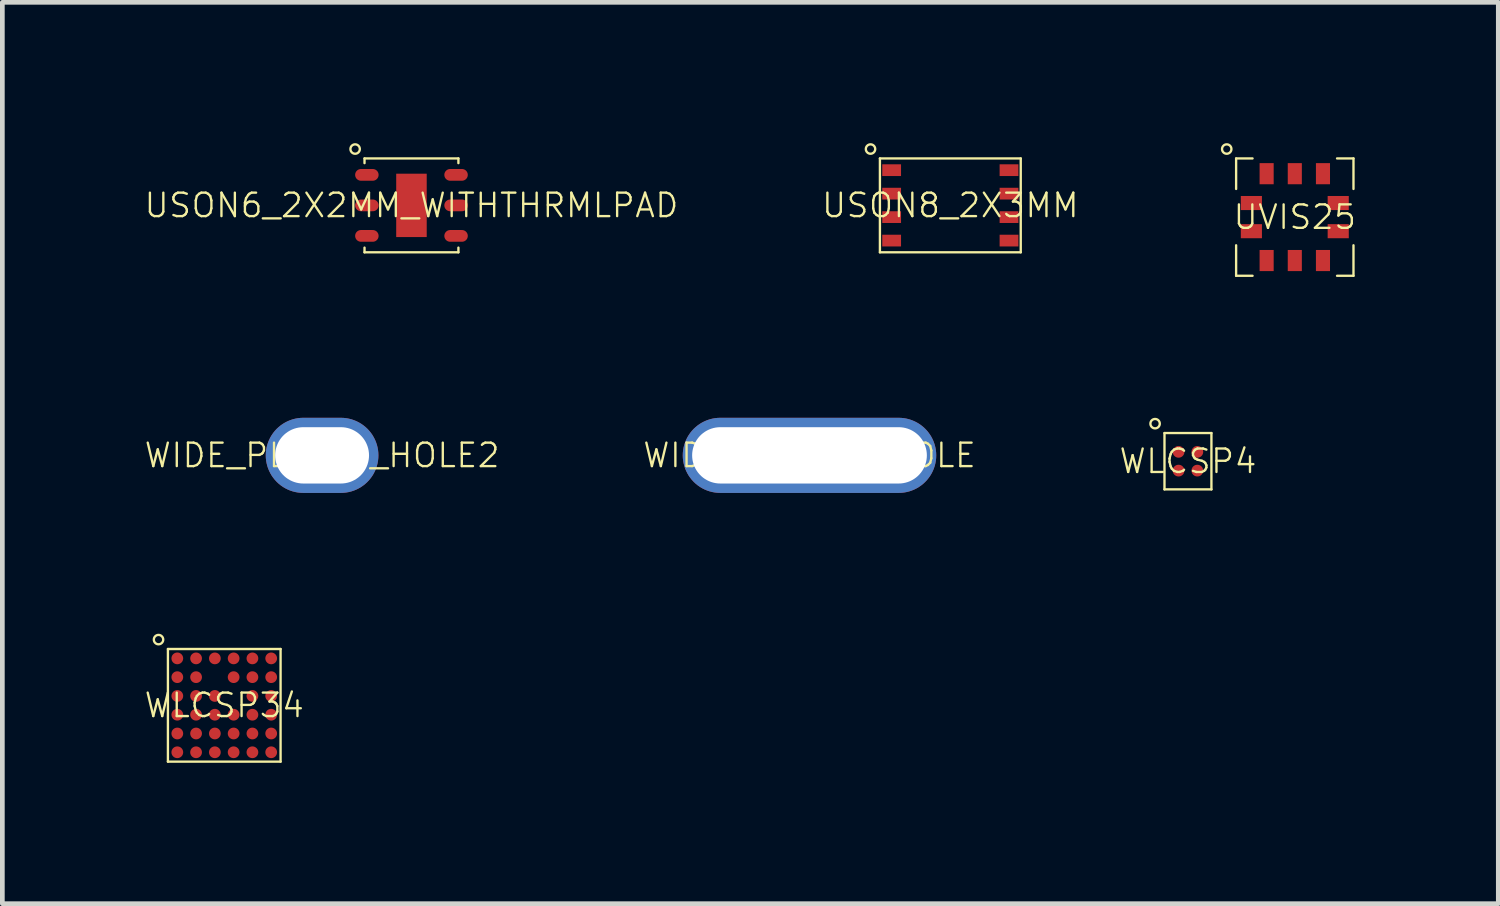
<source format=kicad_pcb>
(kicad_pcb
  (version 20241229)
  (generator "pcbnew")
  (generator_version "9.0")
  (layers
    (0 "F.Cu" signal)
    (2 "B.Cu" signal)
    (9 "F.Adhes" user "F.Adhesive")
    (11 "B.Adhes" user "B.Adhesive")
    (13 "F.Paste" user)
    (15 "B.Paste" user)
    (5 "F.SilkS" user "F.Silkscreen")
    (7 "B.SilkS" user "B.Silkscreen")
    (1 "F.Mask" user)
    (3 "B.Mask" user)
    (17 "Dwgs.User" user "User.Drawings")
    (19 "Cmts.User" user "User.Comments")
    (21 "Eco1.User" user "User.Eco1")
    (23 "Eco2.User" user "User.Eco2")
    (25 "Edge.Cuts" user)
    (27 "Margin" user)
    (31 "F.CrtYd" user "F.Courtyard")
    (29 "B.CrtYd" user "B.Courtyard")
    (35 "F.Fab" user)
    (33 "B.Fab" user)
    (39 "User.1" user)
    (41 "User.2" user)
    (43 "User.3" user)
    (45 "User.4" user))
  (footprint "WLCSP34"
    (layer "F.Cu")
    (at 1.727 11.975)
    (property "Reference" "WLCSP34" (at 0 0 0) (layer "F.SilkS") (effects (font (size 0.5 0.5) (thickness 0.05))))
    (attr smd)
    (fp_line (start -1.2 -1.2) (end 1.2 -1.2) (stroke (width 0.05) (type solid)) (layer "F.SilkS"))
    (fp_line (start -1.2 1.2) (end -1.2 -1.2) (stroke (width 0.05) (type solid)) (layer "F.SilkS"))
    (fp_line (start 1.2 -1.2) (end 1.2 1.2) (stroke (width 0.05) (type solid)) (layer "F.SilkS"))
    (fp_line (start 1.2 1.2) (end -1.2 1.2) (stroke (width 0.05) (type solid)) (layer "F.SilkS"))
    (fp_circle (center -1.4 -1.4) (end -1.4 -1.3) (stroke (width 0.05) (type solid)) (fill no) (layer "F.SilkS"))
    (pad "A1" smd circle (at -1 -1) (size 0.25 0.25) (layers "F.Cu" "F.Mask" "F.Paste"))
    (pad "A2" smd circle (at -0.6 -1) (size 0.25 0.25) (layers "F.Cu" "F.Mask" "F.Paste"))
    (pad "A3" smd circle (at -0.2 -1) (size 0.25 0.25) (layers "F.Cu" "F.Mask" "F.Paste"))
    (pad "A4" smd circle (at 0.2 -1) (size 0.25 0.25) (layers "F.Cu" "F.Mask" "F.Paste"))
    (pad "A5" smd circle (at 0.6 -1) (size 0.25 0.25) (layers "F.Cu" "F.Mask" "F.Paste"))
    (pad "A6" smd circle (at 1 -1) (size 0.25 0.25) (layers "F.Cu" "F.Mask" "F.Paste"))
    (pad "B1" smd circle (at -1 -0.6) (size 0.25 0.25) (layers "F.Cu" "F.Mask" "F.Paste"))
    (pad "B2" smd circle (at -0.6 -0.6) (size 0.25 0.25) (layers "F.Cu" "F.Mask" "F.Paste"))
    (pad "B4" smd circle (at 0.2 -0.6) (size 0.25 0.25) (layers "F.Cu" "F.Mask" "F.Paste"))
    (pad "B5" smd circle (at 0.6 -0.6) (size 0.25 0.25) (layers "F.Cu" "F.Mask" "F.Paste"))
    (pad "B6" smd circle (at 1 -0.6) (size 0.25 0.25) (layers "F.Cu" "F.Mask" "F.Paste"))
    (pad "C1" smd circle (at -1 -0.2) (size 0.25 0.25) (layers "F.Cu" "F.Mask" "F.Paste"))
    (pad "C2" smd circle (at -0.6 -0.2) (size 0.25 0.25) (layers "F.Cu" "F.Mask" "F.Paste"))
    (pad "C3" smd circle (at -0.2 -0.2) (size 0.25 0.25) (layers "F.Cu" "F.Mask" "F.Paste"))
    (pad "C5" smd circle (at 0.6 -0.2) (size 0.25 0.25) (layers "F.Cu" "F.Mask" "F.Paste"))
    (pad "C6" smd circle (at 1 -0.2) (size 0.25 0.25) (layers "F.Cu" "F.Mask" "F.Paste"))
    (pad "D1" smd circle (at -1 0.2) (size 0.25 0.25) (layers "F.Cu" "F.Mask" "F.Paste"))
    (pad "D2" smd circle (at -0.6 0.2) (size 0.25 0.25) (layers "F.Cu" "F.Mask" "F.Paste"))
    (pad "D3" smd circle (at -0.2 0.2) (size 0.25 0.25) (layers "F.Cu" "F.Mask" "F.Paste"))
    (pad "D4" smd circle (at 0.2 0.2) (size 0.25 0.25) (layers "F.Cu" "F.Mask" "F.Paste"))
    (pad "D5" smd circle (at 0.6 0.2) (size 0.25 0.25) (layers "F.Cu" "F.Mask" "F.Paste"))
    (pad "D6" smd circle (at 1 0.2) (size 0.25 0.25) (layers "F.Cu" "F.Mask" "F.Paste"))
    (pad "E1" smd circle (at -1 0.6) (size 0.25 0.25) (layers "F.Cu" "F.Mask" "F.Paste"))
    (pad "E2" smd circle (at -0.6 0.6) (size 0.25 0.25) (layers "F.Cu" "F.Mask" "F.Paste"))
    (pad "E3" smd circle (at -0.2 0.6) (size 0.25 0.25) (layers "F.Cu" "F.Mask" "F.Paste"))
    (pad "E4" smd circle (at 0.2 0.6) (size 0.25 0.25) (layers "F.Cu" "F.Mask" "F.Paste"))
    (pad "E5" smd circle (at 0.6 0.6) (size 0.25 0.25) (layers "F.Cu" "F.Mask" "F.Paste"))
    (pad "E6" smd circle (at 1 0.6) (size 0.25 0.25) (layers "F.Cu" "F.Mask" "F.Paste"))
    (pad "F1" smd circle (at -1 1) (size 0.25 0.25) (layers "F.Cu" "F.Mask" "F.Paste"))
    (pad "F2" smd circle (at -0.6 1) (size 0.25 0.25) (layers "F.Cu" "F.Mask" "F.Paste"))
    (pad "F3" smd circle (at -0.2 1) (size 0.25 0.25) (layers "F.Cu" "F.Mask" "F.Paste"))
    (pad "F4" smd circle (at 0.2 1) (size 0.25 0.25) (layers "F.Cu" "F.Mask" "F.Paste"))
    (pad "F5" smd circle (at 0.6 1) (size 0.25 0.25) (layers "F.Cu" "F.Mask" "F.Paste"))
    (pad "F6" smd circle (at 1 1) (size 0.25 0.25) (layers "F.Cu" "F.Mask" "F.Paste")))
  (footprint "WLCSP4"
    (layer "F.Cu")
    (at 22.256 6.775)
    (property "Reference" "WLCSP4" (at 0 0 0) (layer "F.SilkS") (effects (font (size 0.5 0.5) (thickness 0.05))))
    (attr smd)
    (fp_line (start -0.5 -0.6) (end 0.5 -0.6) (stroke (width 0.05) (type solid)) (layer "F.SilkS"))
    (fp_line (start -0.5 0.6) (end -0.5 -0.6) (stroke (width 0.05) (type solid)) (layer "F.SilkS"))
    (fp_line (start 0.5 -0.6) (end 0.5 0.6) (stroke (width 0.05) (type solid)) (layer "F.SilkS"))
    (fp_line (start 0.5 0.6) (end -0.5 0.6) (stroke (width 0.05) (type solid)) (layer "F.SilkS"))
    (fp_circle (center -0.7 -0.8) (end -0.7 -0.7) (stroke (width 0.05) (type solid)) (fill no) (layer "F.SilkS"))
    (pad "A1" smd circle (at -0.2 -0.2) (size 0.25 0.25) (layers "F.Cu" "F.Mask" "F.Paste"))
    (pad "A2" smd circle (at 0.2 -0.2) (size 0.25 0.25) (layers "F.Cu" "F.Mask" "F.Paste"))
    (pad "B1" smd circle (at -0.2 0.2) (size 0.25 0.25) (layers "F.Cu" "F.Mask" "F.Paste"))
    (pad "B2" smd circle (at 0.2 0.2) (size 0.25 0.25) (layers "F.Cu" "F.Mask" "F.Paste")))
  (footprint "WIDE_PLATED_HOLE"
    (layer "F.Cu")
    (at 14.194 6.65)
    (property "Reference" "WIDE_PLATED_HOLE" (at 0 0 0) (layer "F.SilkS") (effects (font (size 0.5 0.5) (thickness 0.05))))
    (attr through_hole)
    (pad "1" thru_hole oval (at 0 0) (size 5.4 1.6) (drill oval 5 1.2) (layers "*.Cu" "*.Mask")))
  (footprint "USON8_2X3MM"
    (layer "F.Cu")
    (at 17.194 1.325)
    (property "Reference" "USON8_2X3MM" (at 0 0 0) (layer "F.SilkS") (effects (font (size 0.5 0.5) (thickness 0.05))))
    (attr through_hole)
    (fp_line (start -1.5 -1) (end 1.5 -1) (stroke (width 0.05) (type solid)) (layer "F.SilkS"))
    (fp_line (start -1.5 1) (end -1.5 -1) (stroke (width 0.05) (type solid)) (layer "F.SilkS"))
    (fp_line (start 1.5 -1) (end 1.5 1) (stroke (width 0.05) (type solid)) (layer "F.SilkS"))
    (fp_line (start 1.5 1) (end -1.5 1) (stroke (width 0.05) (type solid)) (layer "F.SilkS"))
    (fp_circle (center -1.7 -1.2) (end -1.7 -1.1) (stroke (width 0.05) (type solid)) (fill no) (layer "F.SilkS"))
    (pad "1" smd rect (at -1.25 -0.75) (size 0.4 0.25) (layers "F.Cu" "F.Mask" "F.Paste"))
    (pad "2" smd rect (at -1.25 -0.25) (size 0.4 0.25) (layers "F.Cu" "F.Mask" "F.Paste"))
    (pad "3" smd rect (at -1.25 0.25) (size 0.4 0.25) (layers "F.Cu" "F.Mask" "F.Paste"))
    (pad "4" smd rect (at -1.25 0.75) (size 0.4 0.25) (layers "F.Cu" "F.Mask" "F.Paste"))
    (pad "5" smd rect (at 1.25 0.75) (size 0.4 0.25) (layers "F.Cu" "F.Mask" "F.Paste"))
    (pad "6" smd rect (at 1.25 0.25) (size 0.4 0.25) (layers "F.Cu" "F.Mask" "F.Paste"))
    (pad "7" smd rect (at 1.25 -0.25) (size 0.4 0.25) (layers "F.Cu" "F.Mask" "F.Paste"))
    (pad "8" smd rect (at 1.25 -0.75) (size 0.4 0.25) (layers "F.Cu" "F.Mask" "F.Paste")))
  (footprint "USON6_2X2MM_WITHTHRMLPAD"
    (layer "F.Cu")
    (at 5.715 1.325)
    (property "Reference" "USON6_2X2MM_WITHTHRMLPAD" (at 0 0 0) (layer "F.SilkS") (effects (font (size 0.5 0.5) (thickness 0.05))))
    (attr smd)
    (fp_line (start -1 -1) (end 1 -1) (stroke (width 0.05) (type solid)) (layer "F.SilkS"))
    (fp_line (start -1 -0.9) (end -1 -1) (stroke (width 0.05) (type solid)) (layer "F.SilkS"))
    (fp_line (start -1 1) (end -1 0.9) (stroke (width 0.05) (type solid)) (layer "F.SilkS"))
    (fp_line (start 1 -1) (end 1 -0.9) (stroke (width 0.05) (type solid)) (layer "F.SilkS"))
    (fp_line (start 1 0.9) (end 1 1) (stroke (width 0.05) (type solid)) (layer "F.SilkS"))
    (fp_line (start 1 1) (end -1 1) (stroke (width 0.05) (type solid)) (layer "F.SilkS"))
    (fp_circle (center -1.2 -1.2) (end -1.2 -1.1) (stroke (width 0.05) (type solid)) (fill no) (layer "F.SilkS"))
    (pad "" smd rect (at 0 -0.35) (size 0.3 0.3) (layers "F.Paste"))
    (pad "" smd rect (at 0 0.3) (size 0.3 0.3) (layers "F.Paste"))
    (pad "1" smd oval (at -0.95 -0.65) (size 0.5 0.25) (layers "F.Cu" "F.Mask" "F.Paste"))
    (pad "2" smd oval (at -0.95 0) (size 0.5 0.25) (layers "F.Cu" "F.Mask" "F.Paste"))
    (pad "3" smd oval (at -0.95 0.65) (size 0.5 0.25) (layers "F.Cu" "F.Mask" "F.Paste"))
    (pad "4" smd oval (at 0.95 0.65) (size 0.5 0.25) (layers "F.Cu" "F.Mask" "F.Paste"))
    (pad "5" smd oval (at 0.95 0) (size 0.5 0.25) (layers "F.Cu" "F.Mask" "F.Paste"))
    (pad "6" smd oval (at 0.95 -0.65) (size 0.5 0.25) (layers "F.Cu" "F.Mask" "F.Paste"))
    (pad "7" smd rect (at 0 0) (size 0.65 1.35) (layers "F.Cu" "F.Mask")))
  (footprint "UVIS25"
    (layer "F.Cu")
    (at 24.532 1.575)
    (property "Reference" "UVIS25" (at 0 0 0) (layer "F.SilkS") (effects (font (size 0.5 0.5) (thickness 0.05))))
    (attr through_hole)
    (fp_line (start -1.25 -1.25) (end -1.25 -0.6) (stroke (width 0.05) (type solid)) (layer "F.SilkS"))
    (fp_line (start -1.25 -1.25) (end -0.9 -1.25) (stroke (width 0.05) (type solid)) (layer "F.SilkS"))
    (fp_line (start -1.25 1.25) (end -1.25 0.6) (stroke (width 0.05) (type solid)) (layer "F.SilkS"))
    (fp_line (start -1.25 1.25) (end -0.9 1.25) (stroke (width 0.05) (type solid)) (layer "F.SilkS"))
    (fp_line (start 1.25 -1.25) (end 0.9 -1.25) (stroke (width 0.05) (type solid)) (layer "F.SilkS"))
    (fp_line (start 1.25 -1.25) (end 1.25 -0.6) (stroke (width 0.05) (type solid)) (layer "F.SilkS"))
    (fp_line (start 1.25 1.25) (end 0.9 1.25) (stroke (width 0.05) (type solid)) (layer "F.SilkS"))
    (fp_line (start 1.25 1.25) (end 1.25 0.6) (stroke (width 0.05) (type solid)) (layer "F.SilkS"))
    (fp_circle (center -1.45 -1.45) (end -1.45 -1.35) (stroke (width 0.05) (type solid)) (fill no) (layer "F.SilkS"))
    (pad "1" smd rect (at -0.925 -0.3) (size 0.45 0.3) (layers "F.Cu" "F.Mask" "F.Paste"))
    (pad "2" smd rect (at -0.925 0.3) (size 0.45 0.3) (layers "F.Cu" "F.Mask" "F.Paste"))
    (pad "3" smd rect (at -0.6 0.925 90) (size 0.45 0.3) (layers "F.Cu" "F.Mask" "F.Paste"))
    (pad "4" smd rect (at 0 0.925 90) (size 0.45 0.3) (layers "F.Cu" "F.Mask" "F.Paste"))
    (pad "5" smd rect (at 0.6 0.925 90) (size 0.45 0.3) (layers "F.Cu" "F.Mask" "F.Paste"))
    (pad "6" smd rect (at 0.925 0.3) (size 0.45 0.3) (layers "F.Cu" "F.Mask" "F.Paste"))
    (pad "7" smd rect (at 0.925 -0.3) (size 0.45 0.3) (layers "F.Cu" "F.Mask" "F.Paste"))
    (pad "8" smd rect (at 0.6 -0.925 90) (size 0.45 0.3) (layers "F.Cu" "F.Mask" "F.Paste"))
    (pad "9" smd rect (at 0 -0.925 90) (size 0.45 0.3) (layers "F.Cu" "F.Mask" "F.Paste"))
    (pad "10" smd rect (at -0.6 -0.925 90) (size 0.45 0.3) (layers "F.Cu" "F.Mask" "F.Paste")))
  (footprint "WIDE_PLATED_HOLE2"
    (layer "F.Cu")
    (at 3.811 6.65)
    (property "Reference" "WIDE_PLATED_HOLE2" (at 0 0 0) (layer "F.SilkS") (effects (font (size 0.5 0.5) (thickness 0.05))))
    (attr through_hole)
    (pad "1" thru_hole oval (at 0 0) (size 2.4 1.6) (drill oval 2 1.2) (layers "*.Cu" "*.Mask")))
  (gr_rect
    (start -3 -3)
    (end 28.867 16.2)
    (stroke (width 0.1) (type default))
    (fill no)
    (layer "Edge.Cuts")))
</source>
